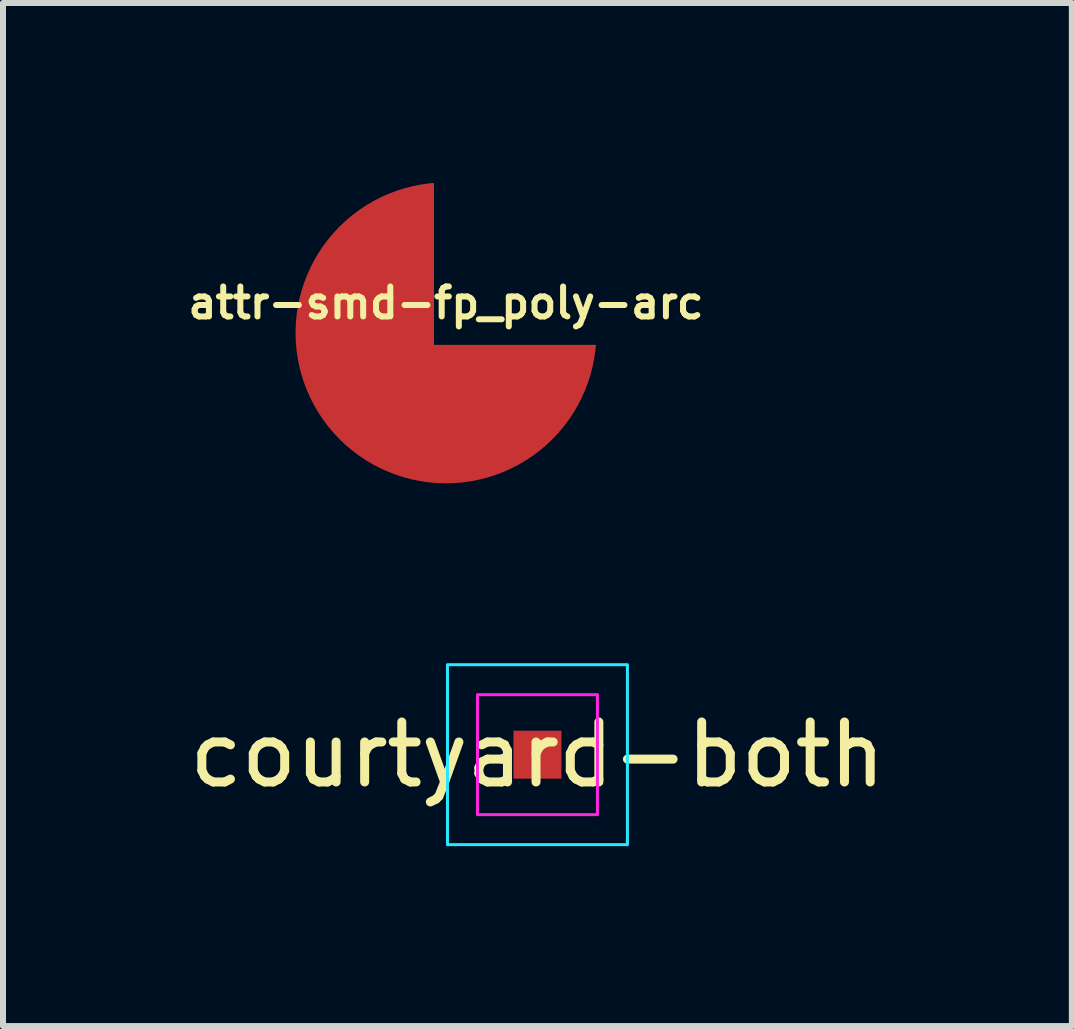
<source format=kicad_pcb>
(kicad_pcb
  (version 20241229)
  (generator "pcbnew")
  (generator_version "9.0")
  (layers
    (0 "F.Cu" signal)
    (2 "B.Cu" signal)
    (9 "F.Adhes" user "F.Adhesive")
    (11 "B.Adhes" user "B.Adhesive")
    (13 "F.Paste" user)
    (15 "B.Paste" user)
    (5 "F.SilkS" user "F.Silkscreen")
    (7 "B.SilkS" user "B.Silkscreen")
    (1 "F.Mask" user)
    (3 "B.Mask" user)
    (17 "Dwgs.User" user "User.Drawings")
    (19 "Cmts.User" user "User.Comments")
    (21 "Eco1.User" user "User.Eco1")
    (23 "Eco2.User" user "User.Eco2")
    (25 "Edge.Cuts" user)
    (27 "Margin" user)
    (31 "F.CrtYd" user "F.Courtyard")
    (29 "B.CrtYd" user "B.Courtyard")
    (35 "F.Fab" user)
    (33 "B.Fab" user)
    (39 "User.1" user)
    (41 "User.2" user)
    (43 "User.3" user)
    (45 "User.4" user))
  (footprint "courtyard-both"
    (layer "F.Cu")
    (at 5.911 9.533)
    (property "Reference" "courtyard-both" (at 0 0 0) (layer "F.SilkS") (effects (font (size 1 1) (thickness 0.15))))
    (attr smd)
    (fp_rect (start -1.5 -1.5) (end 1.5 1.5) (stroke (width 0.05) (type solid)) (fill no) (layer "B.CrtYd"))
    (fp_rect (start -1 -1) (end 1 1) (stroke (width 0.05) (type solid)) (fill no) (layer "F.CrtYd"))
    (pad "1" smd rect (at 0 0) (size 0.8 0.8) (layers "F.Cu" "F.Mask" "F.Paste")))
  (footprint "attr-smd-fp_poly-arc"
    (layer "F.Cu")
    (at 4.386 2.5)
    (property "Reference" "attr-smd-fp_poly-arc" (at 0 -0.5 0) (unlocked yes) (layer "F.SilkS") (effects (font (size 0.5 0.5) (thickness 0.1))))
    (attr smd)
    (fp_poly (pts (xy 2.5 0.2) (xy -0.2 0.2) (xy -0.2 -2.5) (arc (start -0.199999 -2.5) (mid -1.773415 1.773415) (end 2.5 0.199999))) (stroke (width 0) (type solid)) (fill yes) (layer "F.Cu")))
  (gr_rect
    (start -3 -3)
    (end 14.821 14.058)
    (stroke (width 0.1) (type default))
    (fill no)
    (layer "Edge.Cuts")))
</source>
